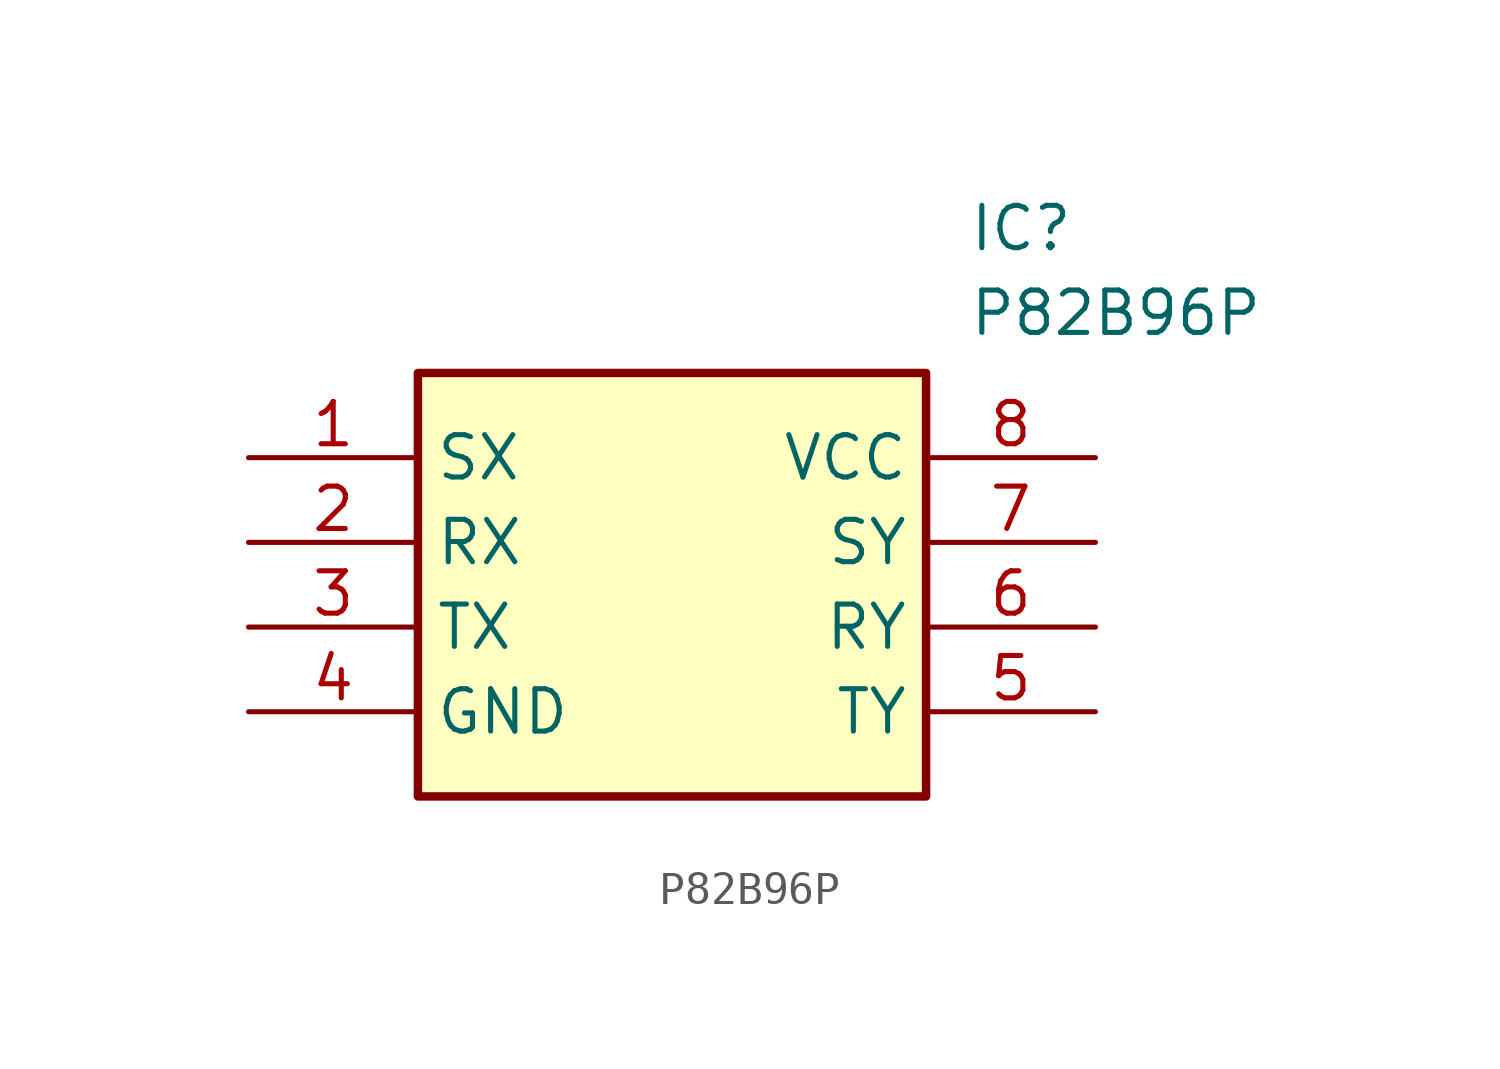
<source format=kicad_sym>
(kicad_symbol_lib
  (version 20211014)
  (generator SamacSys_ECAD_Model)
  (symbol "P82B96P"
    (property "Reference" "IC"
      (at 21.59 7.62 0)
      (effects (font (size 1.27 1.27)) (justify left top)))
    (property "Value" "P82B96P"
      (at 21.59 5.08 0)
      (effects (font (size 1.27 1.27)) (justify left top)))
    (rectangle
      (start 5.08 2.54)
      (end 20.32 -10.16)
      (stroke (width 0.254) (type default))
      (fill (type background)))
    (pin passive line
      (at 0 0 0)
      (length 5.08)
      (name "SX" (effects (font (size 1.27 1.27))))
      (number "1" (effects (font (size 1.27 1.27)))))
    (pin passive line
      (at 0 -2.54 0)
      (length 5.08)
      (name "RX" (effects (font (size 1.27 1.27))))
      (number "2" (effects (font (size 1.27 1.27)))))
    (pin passive line
      (at 0 -5.08 0)
      (length 5.08)
      (name "TX" (effects (font (size 1.27 1.27))))
      (number "3" (effects (font (size 1.27 1.27)))))
    (pin passive line
      (at 0 -7.62 0)
      (length 5.08)
      (name "GND" (effects (font (size 1.27 1.27))))
      (number "4" (effects (font (size 1.27 1.27)))))
    (pin passive line
      (at 25.4 0 180)
      (length 5.08)
      (name "VCC" (effects (font (size 1.27 1.27))))
      (number "8" (effects (font (size 1.27 1.27)))))
    (pin passive line
      (at 25.4 -2.54 180)
      (length 5.08)
      (name "SY" (effects (font (size 1.27 1.27))))
      (number "7" (effects (font (size 1.27 1.27)))))
    (pin passive line
      (at 25.4 -5.08 180)
      (length 5.08)
      (name "RY" (effects (font (size 1.27 1.27))))
      (number "6" (effects (font (size 1.27 1.27)))))
    (pin passive line
      (at 25.4 -7.62 180)
      (length 5.08)
      (name "TY" (effects (font (size 1.27 1.27))))
      (number "5" (effects (font (size 1.27 1.27)))))))
</source>
